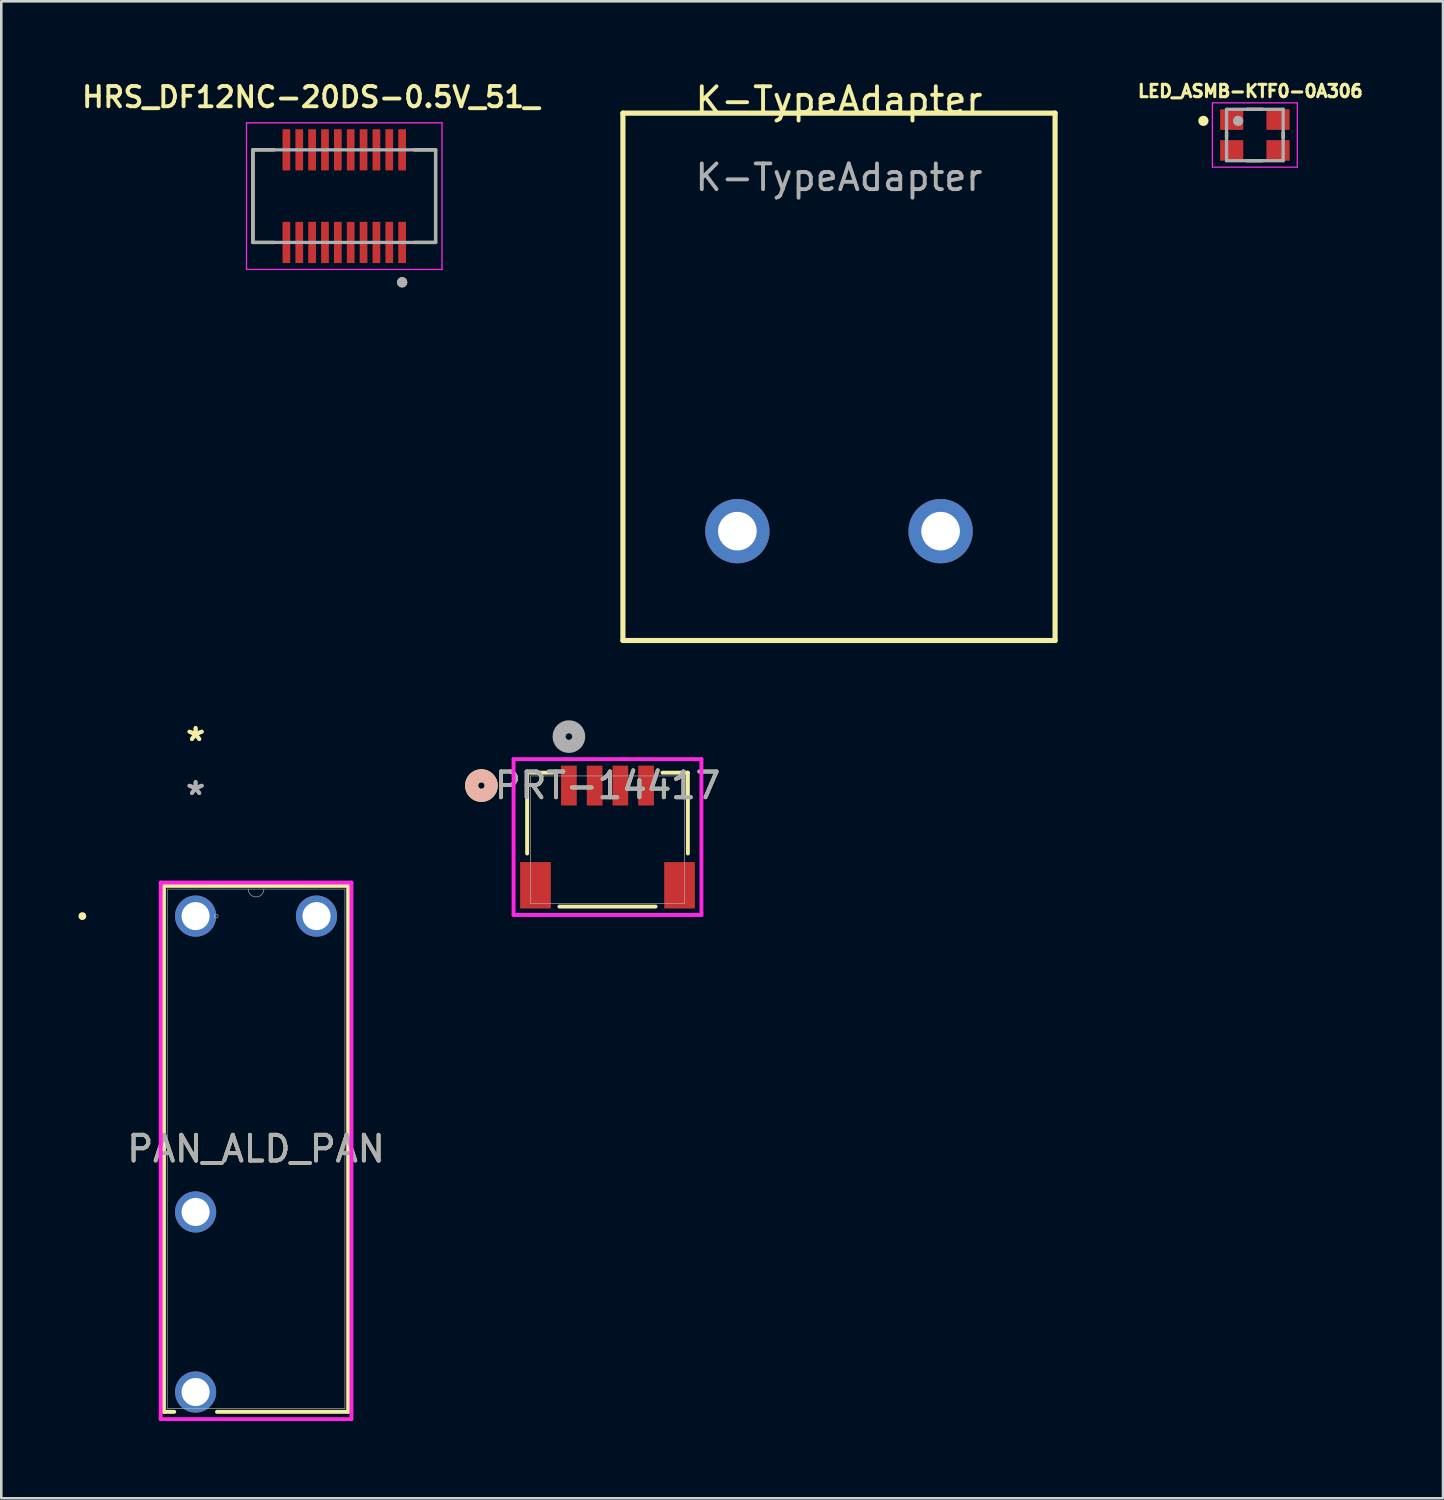
<source format=kicad_pcb>
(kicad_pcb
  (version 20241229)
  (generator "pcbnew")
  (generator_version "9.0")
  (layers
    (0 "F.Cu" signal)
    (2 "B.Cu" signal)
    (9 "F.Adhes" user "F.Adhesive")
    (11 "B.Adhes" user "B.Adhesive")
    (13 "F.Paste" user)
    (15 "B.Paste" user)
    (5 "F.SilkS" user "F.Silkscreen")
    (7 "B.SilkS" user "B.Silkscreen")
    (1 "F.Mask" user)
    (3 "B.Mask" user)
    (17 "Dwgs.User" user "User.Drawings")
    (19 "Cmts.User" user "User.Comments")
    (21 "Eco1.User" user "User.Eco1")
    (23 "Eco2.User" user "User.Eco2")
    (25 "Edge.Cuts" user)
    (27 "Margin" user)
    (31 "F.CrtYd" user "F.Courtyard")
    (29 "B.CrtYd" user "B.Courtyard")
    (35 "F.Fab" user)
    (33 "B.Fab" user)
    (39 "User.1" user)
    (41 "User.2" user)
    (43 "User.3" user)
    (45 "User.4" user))
  (footprint "HRS_DF12NC-20DS-0.5V_51_"
    (layer "F.Cu")
    (at 10.333 4.574)
    (property "Reference" "HRS_DF12NC-20DS-0.5V_51_" (at -1.3 -3.85 0) (layer "F.SilkS") (effects (font (size 0.787 0.787) (thickness 0.15))))
    (attr smd)
    (fp_poly (pts (xy -2.45 -2.65) (xy -2.05 -2.65) (xy -2.05 -0.95) (xy -2.45 -0.95)) (stroke (width 0.01) (type solid)) (fill yes) (layer "F.Mask"))
    (fp_poly (pts (xy -2.45 0.95) (xy -2.05 0.95) (xy -2.05 2.65) (xy -2.45 2.65)) (stroke (width 0.01) (type solid)) (fill yes) (layer "F.Mask"))
    (fp_poly (pts (xy -1.95 -2.65) (xy -1.55 -2.65) (xy -1.55 -0.95) (xy -1.95 -0.95)) (stroke (width 0.01) (type solid)) (fill yes) (layer "F.Mask"))
    (fp_poly (pts (xy -1.95 0.95) (xy -1.55 0.95) (xy -1.55 2.65) (xy -1.95 2.65)) (stroke (width 0.01) (type solid)) (fill yes) (layer "F.Mask"))
    (fp_poly (pts (xy -1.45 -2.65) (xy -1.05 -2.65) (xy -1.05 -0.95) (xy -1.45 -0.95)) (stroke (width 0.01) (type solid)) (fill yes) (layer "F.Mask"))
    (fp_poly (pts (xy -1.45 0.95) (xy -1.05 0.95) (xy -1.05 2.65) (xy -1.45 2.65)) (stroke (width 0.01) (type solid)) (fill yes) (layer "F.Mask"))
    (fp_poly (pts (xy -0.95 -2.65) (xy -0.55 -2.65) (xy -0.55 -0.95) (xy -0.95 -0.95)) (stroke (width 0.01) (type solid)) (fill yes) (layer "F.Mask"))
    (fp_poly (pts (xy -0.95 0.95) (xy -0.55 0.95) (xy -0.55 2.65) (xy -0.95 2.65)) (stroke (width 0.01) (type solid)) (fill yes) (layer "F.Mask"))
    (fp_poly (pts (xy -0.45 -2.65) (xy -0.05 -2.65) (xy -0.05 -0.95) (xy -0.45 -0.95)) (stroke (width 0.01) (type solid)) (fill yes) (layer "F.Mask"))
    (fp_poly (pts (xy -0.45 0.95) (xy -0.05 0.95) (xy -0.05 2.65) (xy -0.45 2.65)) (stroke (width 0.01) (type solid)) (fill yes) (layer "F.Mask"))
    (fp_poly (pts (xy 0.05 -2.65) (xy 0.45 -2.65) (xy 0.45 -0.95) (xy 0.05 -0.95)) (stroke (width 0.01) (type solid)) (fill yes) (layer "F.Mask"))
    (fp_poly (pts (xy 0.05 0.95) (xy 0.45 0.95) (xy 0.45 2.65) (xy 0.05 2.65)) (stroke (width 0.01) (type solid)) (fill yes) (layer "F.Mask"))
    (fp_poly (pts (xy 0.55 -2.65) (xy 0.95 -2.65) (xy 0.95 -0.95) (xy 0.55 -0.95)) (stroke (width 0.01) (type solid)) (fill yes) (layer "F.Mask"))
    (fp_poly (pts (xy 0.55 0.95) (xy 0.95 0.95) (xy 0.95 2.65) (xy 0.55 2.65)) (stroke (width 0.01) (type solid)) (fill yes) (layer "F.Mask"))
    (fp_poly (pts (xy 1.05 -2.65) (xy 1.45 -2.65) (xy 1.45 -0.95) (xy 1.05 -0.95)) (stroke (width 0.01) (type solid)) (fill yes) (layer "F.Mask"))
    (fp_poly (pts (xy 1.05 0.95) (xy 1.45 0.95) (xy 1.45 2.65) (xy 1.05 2.65)) (stroke (width 0.01) (type solid)) (fill yes) (layer "F.Mask"))
    (fp_poly (pts (xy 1.55 -2.65) (xy 1.95 -2.65) (xy 1.95 -0.95) (xy 1.55 -0.95)) (stroke (width 0.01) (type solid)) (fill yes) (layer "F.Mask"))
    (fp_poly (pts (xy 1.55 0.95) (xy 1.95 0.95) (xy 1.95 2.65) (xy 1.55 2.65)) (stroke (width 0.01) (type solid)) (fill yes) (layer "F.Mask"))
    (fp_poly (pts (xy 2.05 -2.65) (xy 2.45 -2.65) (xy 2.45 -0.95) (xy 2.05 -0.95)) (stroke (width 0.01) (type solid)) (fill yes) (layer "F.Mask"))
    (fp_poly (pts (xy 2.05 0.95) (xy 2.45 0.95) (xy 2.45 2.65) (xy 2.05 2.65)) (stroke (width 0.01) (type solid)) (fill yes) (layer "F.Mask"))
    (fp_line (start -3.55 -1.8) (end -3.55 1.8) (stroke (width 0.127) (type solid)) (layer "F.SilkS"))
    (fp_line (start -3.55 1.8) (end -2.72 1.8) (stroke (width 0.127) (type solid)) (layer "F.SilkS"))
    (fp_line (start -2.72 -1.8) (end -3.55 -1.8) (stroke (width 0.127) (type solid)) (layer "F.SilkS"))
    (fp_line (start 2.72 1.8) (end 3.55 1.8) (stroke (width 0.127) (type solid)) (layer "F.SilkS"))
    (fp_line (start 3.55 -1.8) (end 2.72 -1.8) (stroke (width 0.127) (type solid)) (layer "F.SilkS"))
    (fp_line (start 3.55 1.8) (end 3.55 -1.8) (stroke (width 0.127) (type solid)) (layer "F.SilkS"))
    (fp_circle (center 2.25 3.35) (end 2.35 3.35) (stroke (width 0.2) (type solid)) (fill no) (layer "F.SilkS"))
    (fp_poly (pts (xy -2.39 -2.6) (xy -2.11 -2.6) (xy -2.11 -1.4) (xy -2.39 -1.4)) (stroke (width 0.01) (type solid)) (fill yes) (layer "F.Paste"))
    (fp_poly (pts (xy -2.39 1.4) (xy -2.11 1.4) (xy -2.11 2.6) (xy -2.39 2.6)) (stroke (width 0.01) (type solid)) (fill yes) (layer "F.Paste"))
    (fp_poly (pts (xy -1.89 -2.6) (xy -1.61 -2.6) (xy -1.61 -1.4) (xy -1.89 -1.4)) (stroke (width 0.01) (type solid)) (fill yes) (layer "F.Paste"))
    (fp_poly (pts (xy -1.89 1.4) (xy -1.61 1.4) (xy -1.61 2.6) (xy -1.89 2.6)) (stroke (width 0.01) (type solid)) (fill yes) (layer "F.Paste"))
    (fp_poly (pts (xy -1.39 -2.6) (xy -1.11 -2.6) (xy -1.11 -1.4) (xy -1.39 -1.4)) (stroke (width 0.01) (type solid)) (fill yes) (layer "F.Paste"))
    (fp_poly (pts (xy -1.39 1.4) (xy -1.11 1.4) (xy -1.11 2.6) (xy -1.39 2.6)) (stroke (width 0.01) (type solid)) (fill yes) (layer "F.Paste"))
    (fp_poly (pts (xy -0.89 -2.6) (xy -0.61 -2.6) (xy -0.61 -1.4) (xy -0.89 -1.4)) (stroke (width 0.01) (type solid)) (fill yes) (layer "F.Paste"))
    (fp_poly (pts (xy -0.89 1.4) (xy -0.61 1.4) (xy -0.61 2.6) (xy -0.89 2.6)) (stroke (width 0.01) (type solid)) (fill yes) (layer "F.Paste"))
    (fp_poly (pts (xy -0.39 -2.6) (xy -0.11 -2.6) (xy -0.11 -1.4) (xy -0.39 -1.4)) (stroke (width 0.01) (type solid)) (fill yes) (layer "F.Paste"))
    (fp_poly (pts (xy -0.39 1.4) (xy -0.11 1.4) (xy -0.11 2.6) (xy -0.39 2.6)) (stroke (width 0.01) (type solid)) (fill yes) (layer "F.Paste"))
    (fp_poly (pts (xy 0.11 -2.6) (xy 0.39 -2.6) (xy 0.39 -1.4) (xy 0.11 -1.4)) (stroke (width 0.01) (type solid)) (fill yes) (layer "F.Paste"))
    (fp_poly (pts (xy 0.11 1.4) (xy 0.39 1.4) (xy 0.39 2.6) (xy 0.11 2.6)) (stroke (width 0.01) (type solid)) (fill yes) (layer "F.Paste"))
    (fp_poly (pts (xy 0.61 -2.6) (xy 0.89 -2.6) (xy 0.89 -1.4) (xy 0.61 -1.4)) (stroke (width 0.01) (type solid)) (fill yes) (layer "F.Paste"))
    (fp_poly (pts (xy 0.61 1.4) (xy 0.89 1.4) (xy 0.89 2.6) (xy 0.61 2.6)) (stroke (width 0.01) (type solid)) (fill yes) (layer "F.Paste"))
    (fp_poly (pts (xy 1.11 -2.6) (xy 1.39 -2.6) (xy 1.39 -1.4) (xy 1.11 -1.4)) (stroke (width 0.01) (type solid)) (fill yes) (layer "F.Paste"))
    (fp_poly (pts (xy 1.11 1.4) (xy 1.39 1.4) (xy 1.39 2.6) (xy 1.11 2.6)) (stroke (width 0.01) (type solid)) (fill yes) (layer "F.Paste"))
    (fp_poly (pts (xy 1.61 -2.6) (xy 1.89 -2.6) (xy 1.89 -1.4) (xy 1.61 -1.4)) (stroke (width 0.01) (type solid)) (fill yes) (layer "F.Paste"))
    (fp_poly (pts (xy 1.61 1.4) (xy 1.89 1.4) (xy 1.89 2.6) (xy 1.61 2.6)) (stroke (width 0.01) (type solid)) (fill yes) (layer "F.Paste"))
    (fp_poly (pts (xy 2.11 -2.6) (xy 2.39 -2.6) (xy 2.39 -1.4) (xy 2.11 -1.4)) (stroke (width 0.01) (type solid)) (fill yes) (layer "F.Paste"))
    (fp_poly (pts (xy 2.11 1.4) (xy 2.39 1.4) (xy 2.39 2.6) (xy 2.11 2.6)) (stroke (width 0.01) (type solid)) (fill yes) (layer "F.Paste"))
    (fp_line (start -3.8 -2.85) (end -3.8 2.85) (stroke (width 0.05) (type solid)) (layer "F.CrtYd"))
    (fp_line (start -3.8 2.85) (end 3.8 2.85) (stroke (width 0.05) (type solid)) (layer "F.CrtYd"))
    (fp_line (start 3.8 -2.85) (end -3.8 -2.85) (stroke (width 0.05) (type solid)) (layer "F.CrtYd"))
    (fp_line (start 3.8 2.85) (end 3.8 -2.85) (stroke (width 0.05) (type solid)) (layer "F.CrtYd"))
    (fp_line (start -3.55 -1.8) (end -3.55 1.8) (stroke (width 0.127) (type solid)) (layer "F.Fab"))
    (fp_line (start -3.55 1.8) (end 3.55 1.8) (stroke (width 0.127) (type solid)) (layer "F.Fab"))
    (fp_line (start 3.55 -1.8) (end -3.55 -1.8) (stroke (width 0.127) (type solid)) (layer "F.Fab"))
    (fp_line (start 3.55 1.8) (end 3.55 -1.8) (stroke (width 0.127) (type solid)) (layer "F.Fab"))
    (fp_circle (center 2.25 3.35) (end 2.35 3.35) (stroke (width 0.2) (type solid)) (fill no) (layer "F.Fab"))
    (pad "1" smd rect (at 2.25 1.8) (size 0.3 1.6) (layers "F.Cu"))
    (pad "2" smd rect (at 2.25 -1.8) (size 0.3 1.6) (layers "F.Cu"))
    (pad "3" smd rect (at 1.75 1.8) (size 0.3 1.6) (layers "F.Cu"))
    (pad "4" smd rect (at 1.75 -1.8) (size 0.3 1.6) (layers "F.Cu"))
    (pad "5" smd rect (at 1.25 1.8) (size 0.3 1.6) (layers "F.Cu"))
    (pad "6" smd rect (at 1.25 -1.8) (size 0.3 1.6) (layers "F.Cu"))
    (pad "7" smd rect (at 0.75 1.8) (size 0.3 1.6) (layers "F.Cu"))
    (pad "8" smd rect (at 0.75 -1.8) (size 0.3 1.6) (layers "F.Cu"))
    (pad "9" smd rect (at 0.25 1.8) (size 0.3 1.6) (layers "F.Cu"))
    (pad "10" smd rect (at 0.25 -1.8) (size 0.3 1.6) (layers "F.Cu"))
    (pad "11" smd rect (at -0.25 1.8) (size 0.3 1.6) (layers "F.Cu"))
    (pad "12" smd rect (at -0.25 -1.8) (size 0.3 1.6) (layers "F.Cu"))
    (pad "13" smd rect (at -0.75 1.8) (size 0.3 1.6) (layers "F.Cu"))
    (pad "14" smd rect (at -0.75 -1.8) (size 0.3 1.6) (layers "F.Cu"))
    (pad "15" smd rect (at -1.25 1.8) (size 0.3 1.6) (layers "F.Cu"))
    (pad "16" smd rect (at -1.25 -1.8) (size 0.3 1.6) (layers "F.Cu"))
    (pad "17" smd rect (at -1.75 1.8) (size 0.3 1.6) (layers "F.Cu"))
    (pad "18" smd rect (at -1.75 -1.8) (size 0.3 1.6) (layers "F.Cu"))
    (pad "19" smd rect (at -2.25 1.8) (size 0.3 1.6) (layers "F.Cu"))
    (pad "20" smd rect (at -2.25 -1.8) (size 0.3 1.6) (layers "F.Cu"))
    (zone (net_name "") (layer "F.Cu") (hatch full 0.508) (connect_pads) (min_thickness 0.01) (filled_areas_thickness no) (keepout (tracks not_allowed) (vias not_allowed) (pads not_allowed) (copperpour not_allowed) (footprints allowed)) (placement (enabled no)) (fill) (polygon (pts (xy 7.933 3.574) (xy 12.733 3.574) (xy 12.733 5.574) (xy 7.933 5.574))))
    (zone (net_name "") (layers "F.Cu" "B.Cu") (hatch full 0.508) (connect_pads) (min_thickness 0.01) (filled_areas_thickness no) (keepout (tracks allowed) (vias not_allowed) (pads allowed) (copperpour allowed) (footprints allowed)) (placement (enabled no)) (fill) (polygon (pts (xy 7.933 3.574) (xy 12.733 3.574) (xy 12.733 5.574) (xy 7.933 5.574)))))
  (footprint "LED_ASMB-KTF0-0A306"
    (layer "F.Cu")
    (at 45.731 2.198)
    (property "Reference" "LED_ASMB-KTF0-0A306" (at -0.176 -1.706 0) (layer "F.SilkS") (effects (font (size 0.48 0.48) (thickness 0.15))))
    (attr smd)
    (fp_line (start -1.1 -0.1) (end -1.1 0.1) (stroke (width 0.127) (type solid)) (layer "F.SilkS"))
    (fp_line (start -0.3 -1) (end 0.3 -1) (stroke (width 0.127) (type solid)) (layer "F.SilkS"))
    (fp_line (start -0.3 1) (end 0.3 1) (stroke (width 0.127) (type solid)) (layer "F.SilkS"))
    (fp_line (start 1.1 -0.1) (end 1.1 0.1) (stroke (width 0.127) (type solid)) (layer "F.SilkS"))
    (fp_circle (center -2 -0.55) (end -1.9 -0.55) (stroke (width 0.2) (type solid)) (fill no) (layer "F.SilkS"))
    (fp_line (start -1.65 -1.25) (end 1.65 -1.25) (stroke (width 0.05) (type solid)) (layer "F.CrtYd"))
    (fp_line (start -1.65 1.25) (end -1.65 -1.25) (stroke (width 0.05) (type solid)) (layer "F.CrtYd"))
    (fp_line (start 1.65 -1.25) (end 1.65 1.25) (stroke (width 0.05) (type solid)) (layer "F.CrtYd"))
    (fp_line (start 1.65 1.25) (end -1.65 1.25) (stroke (width 0.05) (type solid)) (layer "F.CrtYd"))
    (fp_line (start -1.1 -1) (end -1.1 1) (stroke (width 0.127) (type solid)) (layer "F.Fab"))
    (fp_line (start -1.1 1) (end 1.1 1) (stroke (width 0.127) (type solid)) (layer "F.Fab"))
    (fp_line (start 1.1 -1) (end -1.1 -1) (stroke (width 0.127) (type solid)) (layer "F.Fab"))
    (fp_line (start 1.1 1) (end 1.1 -1) (stroke (width 0.127) (type solid)) (layer "F.Fab"))
    (fp_circle (center -0.65 -0.55) (end -0.55 -0.55) (stroke (width 0.2) (type solid)) (fill no) (layer "F.Fab"))
    (pad "1" smd rect (at -0.9 -0.6 180) (size 0.9 0.8) (layers "F.Cu" "F.Mask" "F.Paste"))
    (pad "2" smd rect (at -0.9 0.6 180) (size 0.9 0.8) (layers "F.Cu" "F.Mask" "F.Paste"))
    (pad "3" smd rect (at 0.9 0.6 180) (size 0.9 0.8) (layers "F.Cu" "F.Mask" "F.Paste"))
    (pad "4" smd rect (at 0.9 -0.6 180) (size 0.9 0.8) (layers "F.Cu" "F.Mask" "F.Paste")))
  (footprint "K-TypeAdapter"
    (layer "F.Cu")
    (at 29.565 1.348)
    (property "Reference" "K-TypeAdapter" (at 0 -0.5 0) (unlocked yes) (layer "F.SilkS") (effects (font (size 1 1) (thickness 0.15))))
    (attr through_hole)
    (fp_line (start -8.4 0) (end -8.4 20.5) (stroke (width 0.2) (type solid)) (layer "F.SilkS"))
    (fp_line (start -8.4 20.5) (end 8.4 20.5) (stroke (width 0.2) (type solid)) (layer "F.SilkS"))
    (fp_line (start 8.4 0) (end -8.4 0) (stroke (width 0.2) (type solid)) (layer "F.SilkS"))
    (fp_line (start 8.4 20.5) (end 8.4 0) (stroke (width 0.2) (type solid)) (layer "F.SilkS"))
    (fp_text user "${REFERENCE}" (at 0 2.5 0) (unlocked yes) (layer "F.Fab") (effects (font (size 1 1) (thickness 0.15))))
    (pad "1" thru_hole circle (at 3.95 16.25) (size 2.5 2.5) (drill 1.5) (layers "*.Cu" "*.Mask"))
    (pad "2" thru_hole circle (at -3.95 16.25) (size 2.5 2.5) (drill 1.5) (layers "*.Cu" "*.Mask")))
  (footprint "PAN_ALD_PAN"
    (layer "F.Cu")
    (at 4.554 32.563)
    (property "Reference" "PAN_ALD_PAN" (at 2.35 9.046 0) (unlocked yes) (layer "F.SilkS") (effects (font (size 1 1) (thickness 0.15))))
    (attr through_hole)
    (fp_line (start -1.231 -1.177) (end -1.231 19.27) (stroke (width 0.152) (type solid)) (layer "F.SilkS"))
    (fp_line (start -1.231 19.27) (end -0.831 19.27) (stroke (width 0.152) (type solid)) (layer "F.SilkS"))
    (fp_line (start 0.831 19.27) (end 5.931 19.27) (stroke (width 0.152) (type solid)) (layer "F.SilkS"))
    (fp_line (start 5.931 -1.177) (end -1.231 -1.177) (stroke (width 0.152) (type solid)) (layer "F.SilkS"))
    (fp_line (start 5.931 19.27) (end 5.931 -1.177) (stroke (width 0.152) (type solid)) (layer "F.SilkS"))
    (fp_circle (center -4.402 0) (end -4.325 0) (stroke (width 0.152) (type solid)) (fill no) (layer "F.SilkS"))
    (fp_line (start -1.358 -1.304) (end 6.058 -1.304) (stroke (width 0.152) (type solid)) (layer "F.CrtYd"))
    (fp_line (start -1.358 19.554) (end -1.358 -1.304) (stroke (width 0.152) (type solid)) (layer "F.CrtYd"))
    (fp_line (start 6.058 -1.304) (end 6.058 19.554) (stroke (width 0.152) (type solid)) (layer "F.CrtYd"))
    (fp_line (start 6.058 19.554) (end -1.358 19.554) (stroke (width 0.152) (type solid)) (layer "F.CrtYd"))
    (fp_line (start -1.104 -1.05) (end -1.104 19.143) (stroke (width 0.025) (type solid)) (layer "F.Fab"))
    (fp_line (start -1.104 19.143) (end 5.804 19.143) (stroke (width 0.025) (type solid)) (layer "F.Fab"))
    (fp_line (start 5.804 -1.05) (end -1.104 -1.05) (stroke (width 0.025) (type solid)) (layer "F.Fab"))
    (fp_line (start 5.804 19.143) (end 5.804 -1.05) (stroke (width 0.025) (type solid)) (layer "F.Fab"))
    (fp_arc (start 2.6548 -1.05) (mid 2.35 -0.7452) (end 2.0452 -1.05) (stroke (width 0.0254) (type solid)) (layer "F.Fab"))
    (fp_circle (center 0.8 0) (end 0.876 0) (stroke (width 0.025) (type solid)) (fill no) (layer "F.Fab"))
    (fp_text user "*" (at 0 -6.767 0) (layer "F.SilkS") (effects (font (size 1 1) (thickness 0.15))))
    (fp_text user "*" (at 0 -6.767 0) (unlocked yes) (layer "F.SilkS") (effects (font (size 1 1) (thickness 0.15))))
    (fp_text user "*" (at 0 -4.667 0) (layer "F.Fab") (effects (font (size 1 1) (thickness 0.15))))
    (fp_text user "${REFERENCE}" (at 2.35 9.046 0) (unlocked yes) (layer "F.Fab") (effects (font (size 1 1) (thickness 0.15))))
    (fp_text user "*" (at 0 -4.667 0) (unlocked yes) (layer "F.Fab") (effects (font (size 1 1) (thickness 0.15))))
    (pad "1" thru_hole circle (at 0 0) (size 1.6 1.6) (drill 1.092) (layers "*.Cu" "*.Mask"))
    (pad "2" thru_hole circle (at 0 11.5) (size 1.6 1.6) (drill 1.092) (layers "*.Cu" "*.Mask"))
    (pad "3" thru_hole circle (at 0 18.5) (size 1.6 1.6) (drill 1.092) (layers "*.Cu" "*.Mask"))
    (pad "4" thru_hole circle (at 4.7 0) (size 1.6 1.6) (drill 1.092) (layers "*.Cu" "*.Mask")))
  (footprint "PRT-14417"
    (layer "F.Cu")
    (at 20.566 29.59)
    (property "Reference" "PRT-14417" (at 0 -2.102 0) (unlocked yes) (layer "F.SilkS") (effects (font (size 1 1) (thickness 0.15))))
    (attr smd)
    (fp_line (start -3.124 -2.603) (end -3.124 0.539) (stroke (width 0.152) (type solid)) (layer "F.SilkS"))
    (fp_line (start -2.138 -2.603) (end -3.124 -2.603) (stroke (width 0.152) (type solid)) (layer "F.SilkS"))
    (fp_line (start -1.87 2.603) (end 1.87 2.603) (stroke (width 0.152) (type solid)) (layer "F.SilkS"))
    (fp_line (start 3.124 -2.603) (end 2.138 -2.603) (stroke (width 0.152) (type solid)) (layer "F.SilkS"))
    (fp_line (start 3.124 0.539) (end 3.124 -2.603) (stroke (width 0.152) (type solid)) (layer "F.SilkS"))
    (fp_circle (center -4.902 -2.102) (end -4.521 -2.102) (stroke (width 0.508) (type solid)) (fill no) (layer "F.SilkS"))
    (fp_circle (center -4.902 -2.102) (end -4.521 -2.102) (stroke (width 0.508) (type solid)) (fill no) (layer "B.SilkS"))
    (fp_line (start -3.651 -3.13) (end -3.651 2.929) (stroke (width 0.152) (type solid)) (layer "F.CrtYd"))
    (fp_line (start -3.651 2.929) (end 3.651 2.929) (stroke (width 0.152) (type solid)) (layer "F.CrtYd"))
    (fp_line (start 3.651 -3.13) (end -3.651 -3.13) (stroke (width 0.152) (type solid)) (layer "F.CrtYd"))
    (fp_line (start 3.651 2.929) (end 3.651 -3.13) (stroke (width 0.152) (type solid)) (layer "F.CrtYd"))
    (fp_line (start -2.997 -2.477) (end -2.997 2.477) (stroke (width 0.025) (type solid)) (layer "F.Fab"))
    (fp_line (start -2.997 2.477) (end 2.997 2.477) (stroke (width 0.025) (type solid)) (layer "F.Fab"))
    (fp_line (start 2.997 -2.477) (end -2.997 -2.477) (stroke (width 0.025) (type solid)) (layer "F.Fab"))
    (fp_line (start 2.997 2.477) (end 2.997 -2.477) (stroke (width 0.025) (type solid)) (layer "F.Fab"))
    (fp_circle (center -1.5 -4.006) (end -1.119 -4.006) (stroke (width 0.508) (type solid)) (fill no) (layer "F.Fab"))
    (fp_text user "${REFERENCE}" (at 0 -2.102 0) (unlocked yes) (layer "F.Fab") (effects (font (size 1 1) (thickness 0.15))))
    (pad "1" smd rect (at -1.5 -2.102) (size 0.61 1.549) (layers "F.Cu" "F.Mask" "F.Paste"))
    (pad "2" smd rect (at -0.5 -2.102) (size 0.61 1.549) (layers "F.Cu" "F.Mask" "F.Paste"))
    (pad "3" smd rect (at 0.5 -2.102) (size 0.61 1.549) (layers "F.Cu" "F.Mask" "F.Paste"))
    (pad "4" smd rect (at 1.5 -2.102) (size 0.61 1.549) (layers "F.Cu" "F.Mask" "F.Paste"))
    (pad "5" smd rect (at -2.8 1.774) (size 1.194 1.803) (layers "F.Cu" "F.Mask" "F.Paste"))
    (pad "6" smd rect (at 2.8 1.774) (size 1.194 1.803) (layers "F.Cu" "F.Mask" "F.Paste")))
  (gr_rect
    (start -3 -3)
    (end 53.045 55.193)
    (stroke (width 0.1) (type default))
    (fill no)
    (layer "Edge.Cuts")))
</source>
